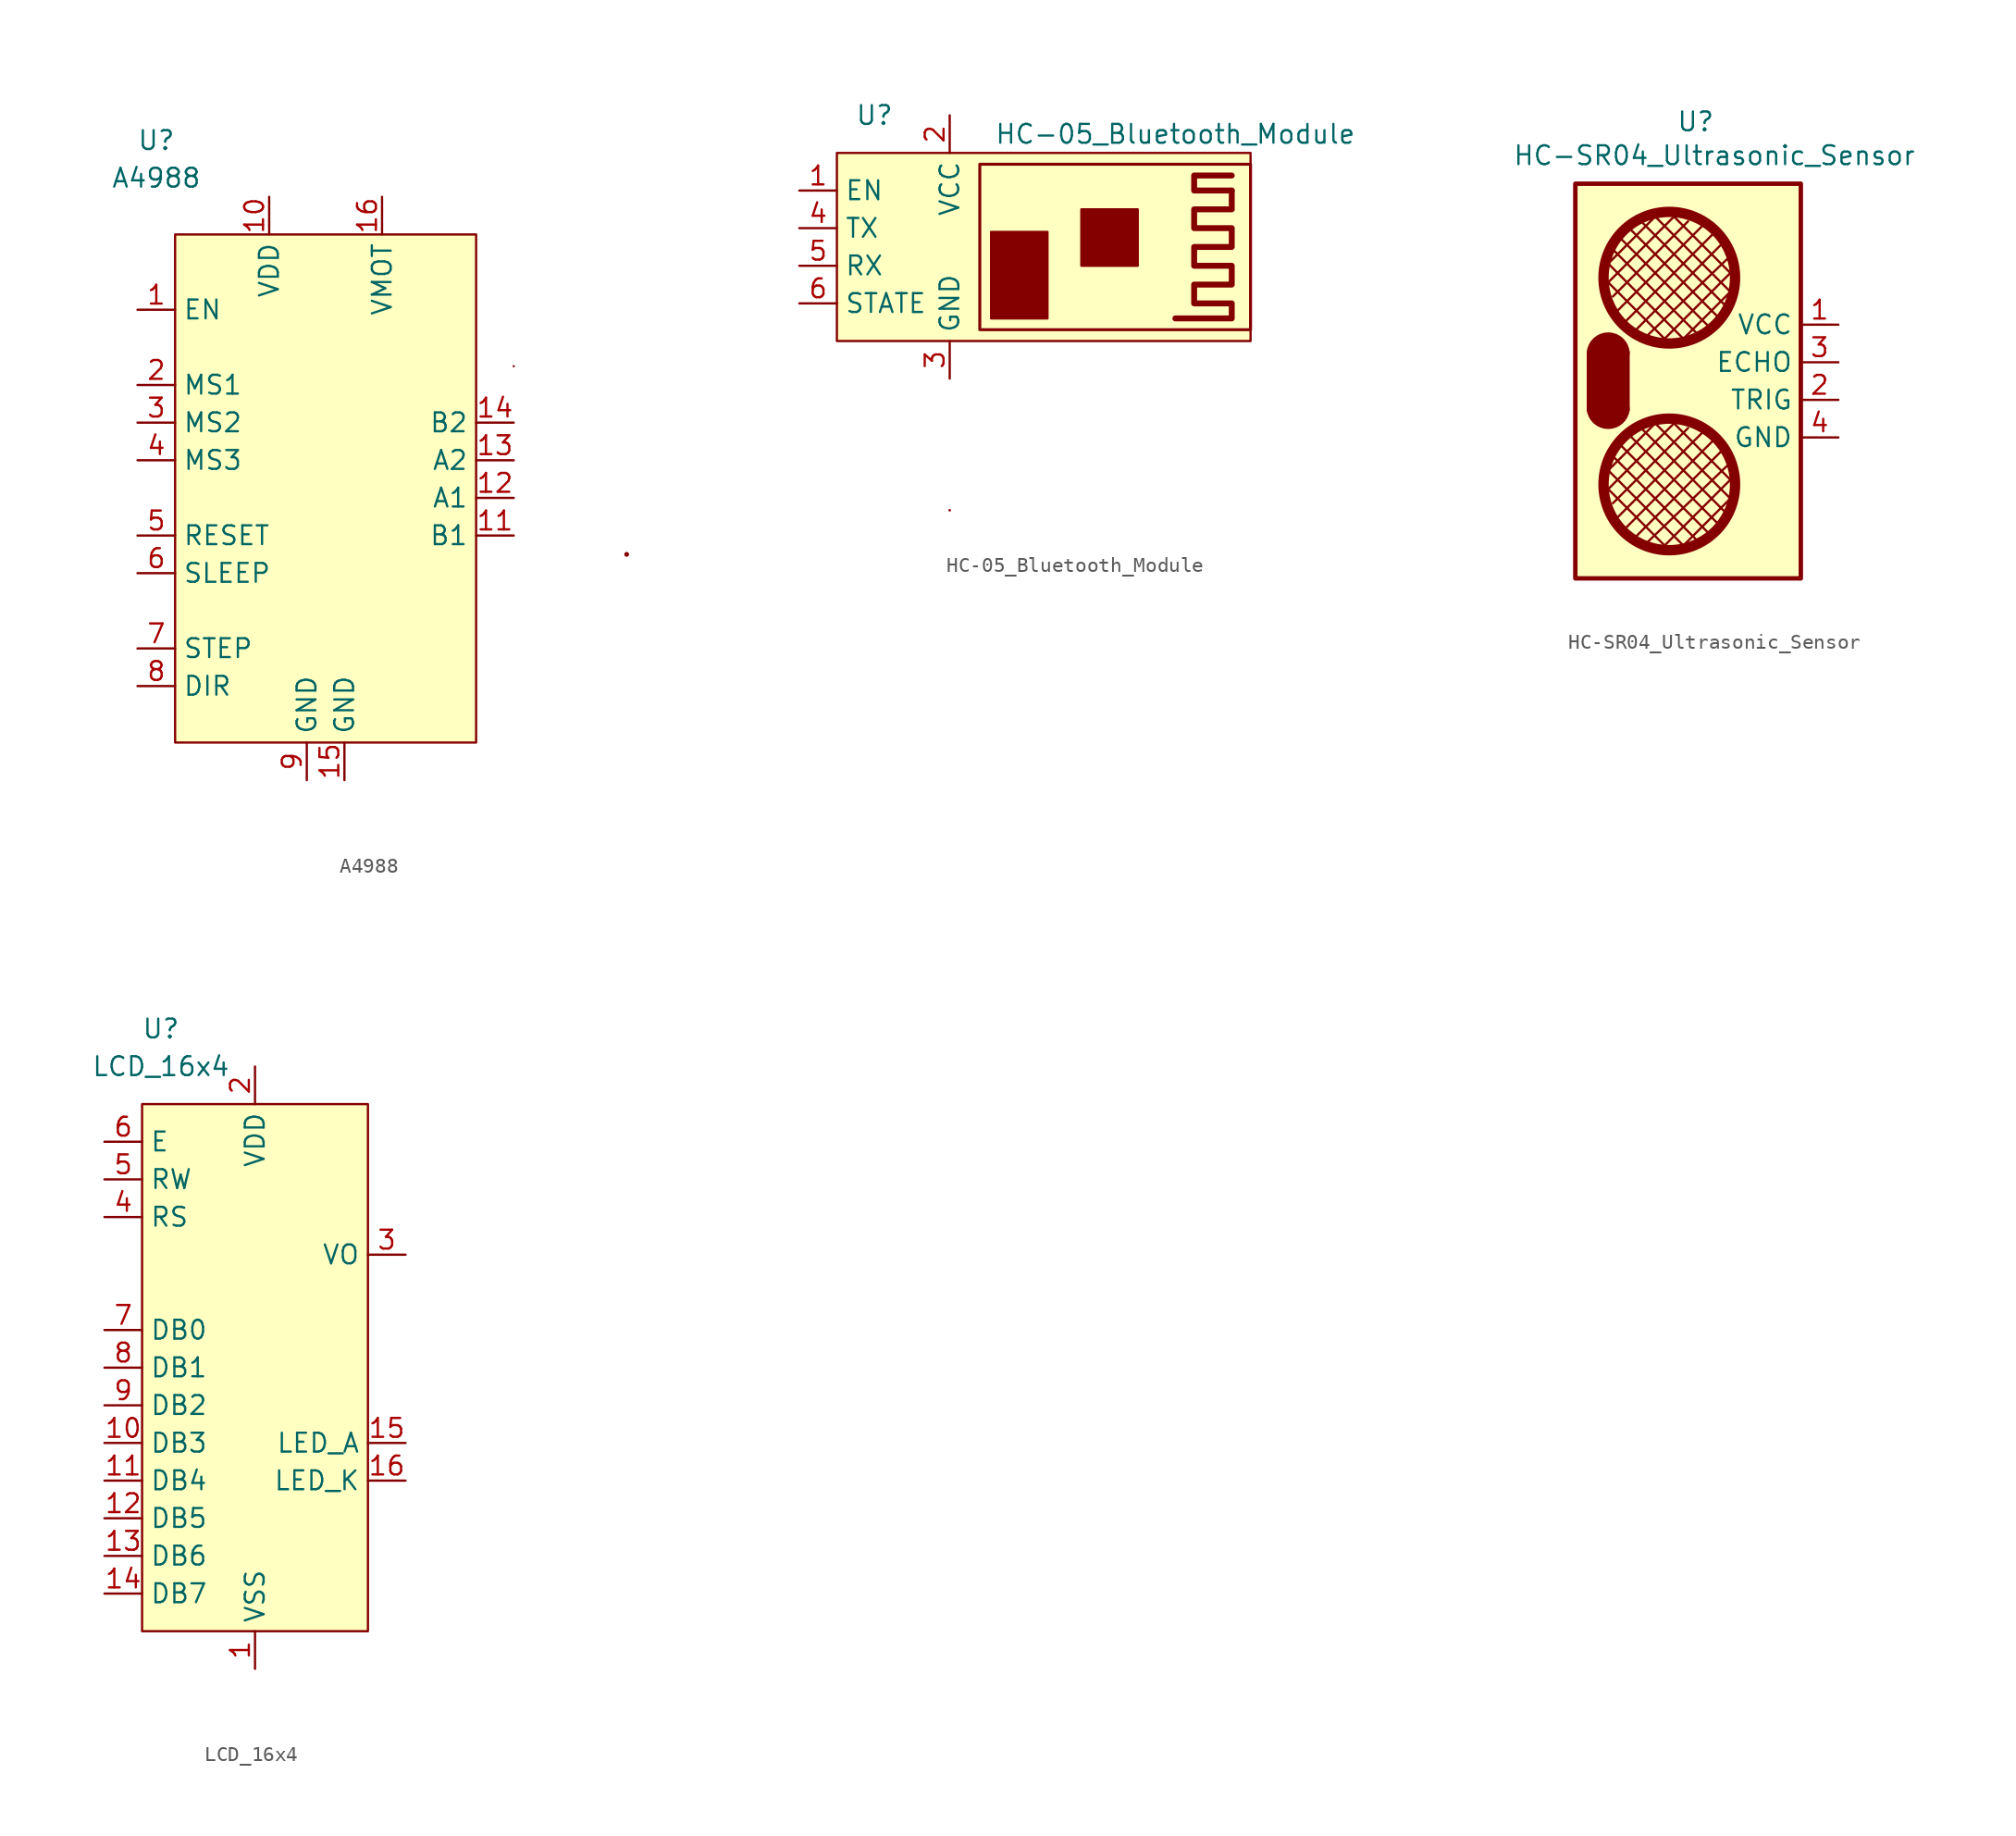
<source format=kicad_sym>
(kicad_symbol_lib
  (version 20220914)
  (generator kicad_symbol_editor)
  (symbol "A4988"
    (property "Reference" "U"
      (at -11.43 22.86 0)
      (effects (font (size 1.27 1.27))))
    (property "Value" "A4988"
      (at -11.43 20.32 0)
      (effects (font (size 1.27 1.27))))
    (symbol "A4988_0_1"
      (rectangle (start -10.16 16.51) (end 10.16 -17.78) (stroke (width 0) (type default)) (fill (type background)))
      (rectangle (start 12.7 7.62) (end 12.7 7.62) (stroke (width 0) (type default)) (fill (type none)))
      (rectangle (start 20.32 -5.08) (end 20.32 -5.08) (stroke (width 0) (type default)) (fill (type none)))
      (circle (center 20.32 -5.08) (radius 0.0001) (stroke (width 0) (type default)) (fill (type none)))
      (circle (center 20.32 -5.08) (radius 0.0001) (stroke (width 0) (type default)) (fill (type none))))
    (symbol "A4988_1_1"
      (pin bidirectional line (at -12.7 11.43 0) (length 2.54) (name "EN" (effects (font (size 1.27 1.27)))) (number "1" (effects (font (size 1.27 1.27)))))
      (pin power_in line (at -3.81 19.05 270) (length 2.54) (name "VDD" (effects (font (size 1.27 1.27)))) (number "10" (effects (font (size 1.27 1.27)))))
      (pin bidirectional line (at 12.7 -3.81 180) (length 2.54) (name "B1" (effects (font (size 1.27 1.27)))) (number "11" (effects (font (size 1.27 1.27)))))
      (pin bidirectional line (at 12.7 -1.27 180) (length 2.54) (name "A1" (effects (font (size 1.27 1.27)))) (number "12" (effects (font (size 1.27 1.27)))))
      (pin bidirectional line (at 12.7 1.27 180) (length 2.54) (name "A2" (effects (font (size 1.27 1.27)))) (number "13" (effects (font (size 1.27 1.27)))))
      (pin bidirectional line (at 12.7 3.81 180) (length 2.54) (name "B2" (effects (font (size 1.27 1.27)))) (number "14" (effects (font (size 1.27 1.27)))))
      (pin power_in line (at 1.27 -20.32 90) (length 2.54) (name "GND" (effects (font (size 1.27 1.27)))) (number "15" (effects (font (size 1.27 1.27)))))
      (pin power_in line (at 3.81 19.05 270) (length 2.54) (name "VMOT" (effects (font (size 1.27 1.27)))) (number "16" (effects (font (size 1.27 1.27)))))
      (pin bidirectional line (at -12.7 6.35 0) (length 2.54) (name "MS1" (effects (font (size 1.27 1.27)))) (number "2" (effects (font (size 1.27 1.27)))))
      (pin bidirectional line (at -12.7 3.81 0) (length 2.54) (name "MS2" (effects (font (size 1.27 1.27)))) (number "3" (effects (font (size 1.27 1.27)))))
      (pin bidirectional line (at -12.7 1.27 0) (length 2.54) (name "MS3" (effects (font (size 1.27 1.27)))) (number "4" (effects (font (size 1.27 1.27)))))
      (pin bidirectional line (at -12.7 -3.81 0) (length 2.54) (name "RESET" (effects (font (size 1.27 1.27)))) (number "5" (effects (font (size 1.27 1.27)))))
      (pin bidirectional line (at -12.7 -6.35 0) (length 2.54) (name "SLEEP" (effects (font (size 1.27 1.27)))) (number "6" (effects (font (size 1.27 1.27)))))
      (pin bidirectional line (at -12.7 -11.43 0) (length 2.54) (name "STEP" (effects (font (size 1.27 1.27)))) (number "7" (effects (font (size 1.27 1.27)))))
      (pin bidirectional line (at -12.7 -13.97 0) (length 2.54) (name "DIR" (effects (font (size 1.27 1.27)))) (number "8" (effects (font (size 1.27 1.27)))))
      (pin power_in line (at -1.27 -20.32 90) (length 2.54) (name "GND" (effects (font (size 1.27 1.27)))) (number "9" (effects (font (size 1.27 1.27)))))))
  (symbol "HC-05_Bluetooth_Module"
    (property "Reference" "U"
      (at -6.35 8.89 0)
      (effects (font (size 1.27 1.27))))
    (property "Value" "HC-05_Bluetooth_Module"
      (at 13.97 7.62 0)
      (effects (font (size 1.27 1.27))))
    (symbol "HC-05_Bluetooth_Module_0_1"
      (rectangle (start -8.89 6.35) (end 19.05 -6.35) (stroke (width 0) (type default)) (fill (type background)))
      (rectangle (start -1.27 -17.78) (end -1.27 -17.78) (stroke (width 0) (type default)) (fill (type none)))
      (rectangle (start -1.27 -17.78) (end -1.27 -17.78) (stroke (width 0) (type default)) (fill (type none)))
      (polyline (pts (xy 17.78 3.81) (xy 15.24 3.81) (xy 15.24 4.826) (xy 17.78 4.826)) (stroke (width 0.4) (type default)) (fill (type none)))
      (polyline (pts (xy 17.78 3.81) (xy 17.78 2.54) (xy 15.24 2.54) (xy 15.24 1.27) (xy 17.78 1.27) (xy 17.78 0) (xy 15.24 0) (xy 15.24 -1.27) (xy 17.78 -1.27) (xy 17.78 -2.54) (xy 15.24 -2.54) (xy 15.24 -3.81) (xy 17.78 -3.81) (xy 17.78 -4.826) (xy 13.97 -4.826)) (stroke (width 0.4) (type default)) (fill (type none)))
      (rectangle (start 0.762 5.588) (end 19.05 -5.588) (stroke (width 0.2) (type default)) (fill (type background)))
      (rectangle (start 1.524 1.016) (end 5.334 -4.826) (stroke (width 0) (type default)) (fill (type outline)))
      (rectangle (start 7.62 2.54) (end 11.43 -1.27) (stroke (width 0) (type default)) (fill (type outline))))
    (symbol "HC-05_Bluetooth_Module_1_1"
      (pin bidirectional line (at -11.43 3.81 0) (length 2.54) (name "EN" (effects (font (size 1.27 1.27)))) (number "1" (effects (font (size 1.27 1.27)))))
      (pin power_in line (at -1.27 8.89 270) (length 2.54) (name "VCC" (effects (font (size 1.27 1.27)))) (number "2" (effects (font (size 1.27 1.27)))))
      (pin power_in line (at -1.27 -8.89 90) (length 2.54) (name "GND" (effects (font (size 1.27 1.27)))) (number "3" (effects (font (size 1.27 1.27)))))
      (pin output line (at -11.43 1.27 0) (length 2.54) (name "TX" (effects (font (size 1.27 1.27)))) (number "4" (effects (font (size 1.27 1.27)))))
      (pin input line (at -11.43 -1.27 0) (length 2.54) (name "RX" (effects (font (size 1.27 1.27)))) (number "5" (effects (font (size 1.27 1.27)))))
      (pin bidirectional line (at -11.43 -3.81 0) (length 2.54) (name "STATE" (effects (font (size 1.27 1.27)))) (number "6" (effects (font (size 1.27 1.27)))))))
  (symbol "HC-SR04_Ultrasonic_Sensor"
    (property "Reference" "U"
      (at -7.112 17.526 0)
      (effects (font (size 1.27 1.27))))
    (property "Value" "HC-SR04_Ultrasonic_Sensor"
      (at -5.842 15.24 0)
      (effects (font (size 1.27 1.27))))
    (symbol "HC-SR04_Ultrasonic_Sensor_0_1"
      (rectangle (start -15.24 13.335) (end 0 -13.335) (stroke (width 0.3) (type default)) (fill (type background)))
      (arc (start -13.97 -1.905) (mid -13.0175 -2.7425) (end -12.065 -1.905) (stroke (width 1) (type default)) (fill (type none)))
      (arc (start -12.065 1.905) (mid -13.0175 2.7909) (end -13.97 1.905) (stroke (width 1) (type default)) (fill (type none)))
      (circle (center -8.89 -6.985) (radius 4.445) (stroke (width 0.7) (type default)) (fill (type none)))
      (circle (center -8.89 6.985) (radius 4.445) (stroke (width 0.7) (type default)) (fill (type background)))
      (polyline (pts (xy -13.335 -6.985) (xy -8.89 -11.43)) (stroke (width 0) (type default)) (fill (type none)))
      (polyline (pts (xy -13.335 -5.715) (xy -7.62 -11.43)) (stroke (width 0) (type default)) (fill (type none)))
      (polyline (pts (xy -13.335 6.985) (xy -8.89 2.54)) (stroke (width 0) (type default)) (fill (type none)))
      (polyline (pts (xy -13.335 8.255) (xy -7.62 2.54)) (stroke (width 0) (type default)) (fill (type none)))
      (polyline (pts (xy -13.208 -1.778) (xy -13.208 1.524)) (stroke (width 2) (type default)) (fill (type none)))
      (polyline (pts (xy -12.7 -5.08) (xy -6.985 -10.795)) (stroke (width 0) (type default)) (fill (type none)))
      (polyline (pts (xy -12.7 8.89) (xy -6.985 3.175)) (stroke (width 0) (type default)) (fill (type none)))
      (polyline (pts (xy -12.446 -4.064) (xy -6.096 -10.414)) (stroke (width 0) (type default)) (fill (type none)))
      (polyline (pts (xy -12.446 9.906) (xy -6.096 3.556)) (stroke (width 0) (type default)) (fill (type none)))
      (polyline (pts (xy -12.065 -10.16) (xy -5.715 -3.81)) (stroke (width 0) (type default)) (fill (type none)))
      (polyline (pts (xy -12.065 3.81) (xy -5.715 10.16)) (stroke (width 0) (type default)) (fill (type none)))
      (polyline (pts (xy -11.684 -3.556) (xy -5.334 -9.906)) (stroke (width 0) (type default)) (fill (type none)))
      (polyline (pts (xy -11.684 10.414) (xy -5.334 4.064)) (stroke (width 0) (type default)) (fill (type none)))
      (polyline (pts (xy -10.795 -3.175) (xy -5.08 -8.89)) (stroke (width 0) (type default)) (fill (type none)))
      (polyline (pts (xy -10.795 10.795) (xy -5.08 5.08)) (stroke (width 0) (type default)) (fill (type none)))
      (polyline (pts (xy -10.16 -2.54) (xy -4.445 -8.255)) (stroke (width 0) (type default)) (fill (type none)))
      (polyline (pts (xy -10.16 11.43) (xy -4.445 5.715)) (stroke (width 0) (type default)) (fill (type none)))
      (polyline (pts (xy -9.525 -2.54) (xy -13.335 -6.35)) (stroke (width 0) (type default)) (fill (type none)))
      (polyline (pts (xy -9.525 11.43) (xy -13.335 7.62)) (stroke (width 0) (type default)) (fill (type none)))
      (polyline (pts (xy -8.89 -2.54) (xy -4.445 -6.985)) (stroke (width 0) (type default)) (fill (type none)))
      (polyline (pts (xy -8.89 11.43) (xy -4.445 6.985)) (stroke (width 0) (type default)) (fill (type none)))
      (polyline (pts (xy -8.255 -2.54) (xy -13.335 -7.62)) (stroke (width 0) (type default)) (fill (type none)))
      (polyline (pts (xy -8.255 11.43) (xy -13.335 6.35)) (stroke (width 0) (type default)) (fill (type none)))
      (polyline (pts (xy -7.62 -3.175) (xy -12.7 -8.255)) (stroke (width 0) (type default)) (fill (type none)))
      (polyline (pts (xy -7.62 10.795) (xy -12.7 5.715)) (stroke (width 0) (type default)) (fill (type none)))
      (polyline (pts (xy -6.35 -3.175) (xy -12.7 -9.525)) (stroke (width 0) (type default)) (fill (type none)))
      (polyline (pts (xy -6.35 10.795) (xy -12.7 4.445)) (stroke (width 0) (type default)) (fill (type none)))
      (polyline (pts (xy -5.08 -4.445) (xy -11.43 -10.795)) (stroke (width 0) (type default)) (fill (type none)))
      (polyline (pts (xy -5.08 9.525) (xy -11.43 3.175)) (stroke (width 0) (type default)) (fill (type none)))
      (polyline (pts (xy -4.572 -5.334) (xy -10.668 -11.176)) (stroke (width 0) (type default)) (fill (type none)))
      (polyline (pts (xy -4.572 8.636) (xy -10.668 2.794)) (stroke (width 0) (type default)) (fill (type none)))
      (polyline (pts (xy -4.445 -7.62) (xy -8.255 -11.43)) (stroke (width 0) (type default)) (fill (type none)))
      (polyline (pts (xy -4.445 -6.35) (xy -9.525 -11.43)) (stroke (width 0) (type default)) (fill (type none)))
      (polyline (pts (xy -4.445 6.35) (xy -8.255 2.54)) (stroke (width 0) (type default)) (fill (type none)))
      (polyline (pts (xy -4.445 7.62) (xy -9.525 2.54)) (stroke (width 0) (type default)) (fill (type none)))
      (polyline (pts (xy -13.97 1.905) (xy -13.97 -1.905) (xy -12.065 -1.905) (xy -12.065 1.905) (xy -13.97 1.905)) (stroke (width 1) (type default)) (fill (type none))))
    (symbol "HC-SR04_Ultrasonic_Sensor_1_1"
      (pin power_in line (at 2.54 3.81 180) (length 2.54) (name "VCC" (effects (font (size 1.27 1.27)))) (number "1" (effects (font (size 1.27 1.27)))))
      (pin input line (at 2.54 -1.27 180) (length 2.54) (name "TRIG" (effects (font (size 1.27 1.27)))) (number "2" (effects (font (size 1.27 1.27)))))
      (pin output line (at 2.54 1.27 180) (length 2.54) (name "ECHO" (effects (font (size 1.27 1.27)))) (number "3" (effects (font (size 1.27 1.27)))))
      (pin power_in line (at 2.54 -3.81 180) (length 2.54) (name "GND" (effects (font (size 1.27 1.27)))) (number "4" (effects (font (size 1.27 1.27)))))))
  (symbol "LCD_16x4"
    (property "Reference" "U"
      (at -6.35 22.86 0)
      (effects (font (size 1.27 1.27))))
    (property "Value" "LCD_16x4"
      (at -6.35 20.32 0)
      (effects (font (size 1.27 1.27))))
    (symbol "LCD_16x4_1_1"
      (rectangle (start -7.62 17.78) (end 7.62 -17.78) (stroke (width 0) (type default)) (fill (type background)))
      (pin power_in line (at 0 -20.32 90) (length 2.54) (name "VSS" (effects (font (size 1.27 1.27)))) (number "1" (effects (font (size 1.27 1.27)))))
      (pin bidirectional line (at -10.16 -5.08 0) (length 2.54) (name "DB3" (effects (font (size 1.27 1.27)))) (number "10" (effects (font (size 1.27 1.27)))))
      (pin bidirectional line (at -10.16 -7.62 0) (length 2.54) (name "DB4" (effects (font (size 1.27 1.27)))) (number "11" (effects (font (size 1.27 1.27)))))
      (pin bidirectional line (at -10.16 -10.16 0) (length 2.54) (name "DB5" (effects (font (size 1.27 1.27)))) (number "12" (effects (font (size 1.27 1.27)))))
      (pin bidirectional line (at -10.16 -12.7 0) (length 2.54) (name "DB6" (effects (font (size 1.27 1.27)))) (number "13" (effects (font (size 1.27 1.27)))))
      (pin bidirectional line (at -10.16 -15.24 0) (length 2.54) (name "DB7" (effects (font (size 1.27 1.27)))) (number "14" (effects (font (size 1.27 1.27)))))
      (pin power_in line (at 10.16 -5.08 180) (length 2.54) (name "LED_A" (effects (font (size 1.27 1.27)))) (number "15" (effects (font (size 1.27 1.27)))))
      (pin power_in line (at 10.16 -7.62 180) (length 2.54) (name "LED_K" (effects (font (size 1.27 1.27)))) (number "16" (effects (font (size 1.27 1.27)))))
      (pin power_in line (at 0 20.32 270) (length 2.54) (name "VDD" (effects (font (size 1.27 1.27)))) (number "2" (effects (font (size 1.27 1.27)))))
      (pin input line (at 10.16 7.62 180) (length 2.54) (name "VO" (effects (font (size 1.27 1.27)))) (number "3" (effects (font (size 1.27 1.27)))))
      (pin input line (at -10.16 10.16 0) (length 2.54) (name "RS" (effects (font (size 1.27 1.27)))) (number "4" (effects (font (size 1.27 1.27)))))
      (pin input line (at -10.16 12.7 0) (length 2.54) (name "RW" (effects (font (size 1.27 1.27)))) (number "5" (effects (font (size 1.27 1.27)))))
      (pin input line (at -10.16 15.24 0) (length 2.54) (name "E" (effects (font (size 1.27 1.27)))) (number "6" (effects (font (size 1.27 1.27)))))
      (pin bidirectional line (at -10.16 2.54 0) (length 2.54) (name "DB0" (effects (font (size 1.27 1.27)))) (number "7" (effects (font (size 1.27 1.27)))))
      (pin bidirectional line (at -10.16 0 0) (length 2.54) (name "DB1" (effects (font (size 1.27 1.27)))) (number "8" (effects (font (size 1.27 1.27)))))
      (pin bidirectional line (at -10.16 -2.54 0) (length 2.54) (name "DB2" (effects (font (size 1.27 1.27)))) (number "9" (effects (font (size 1.27 1.27))))))))
</source>
